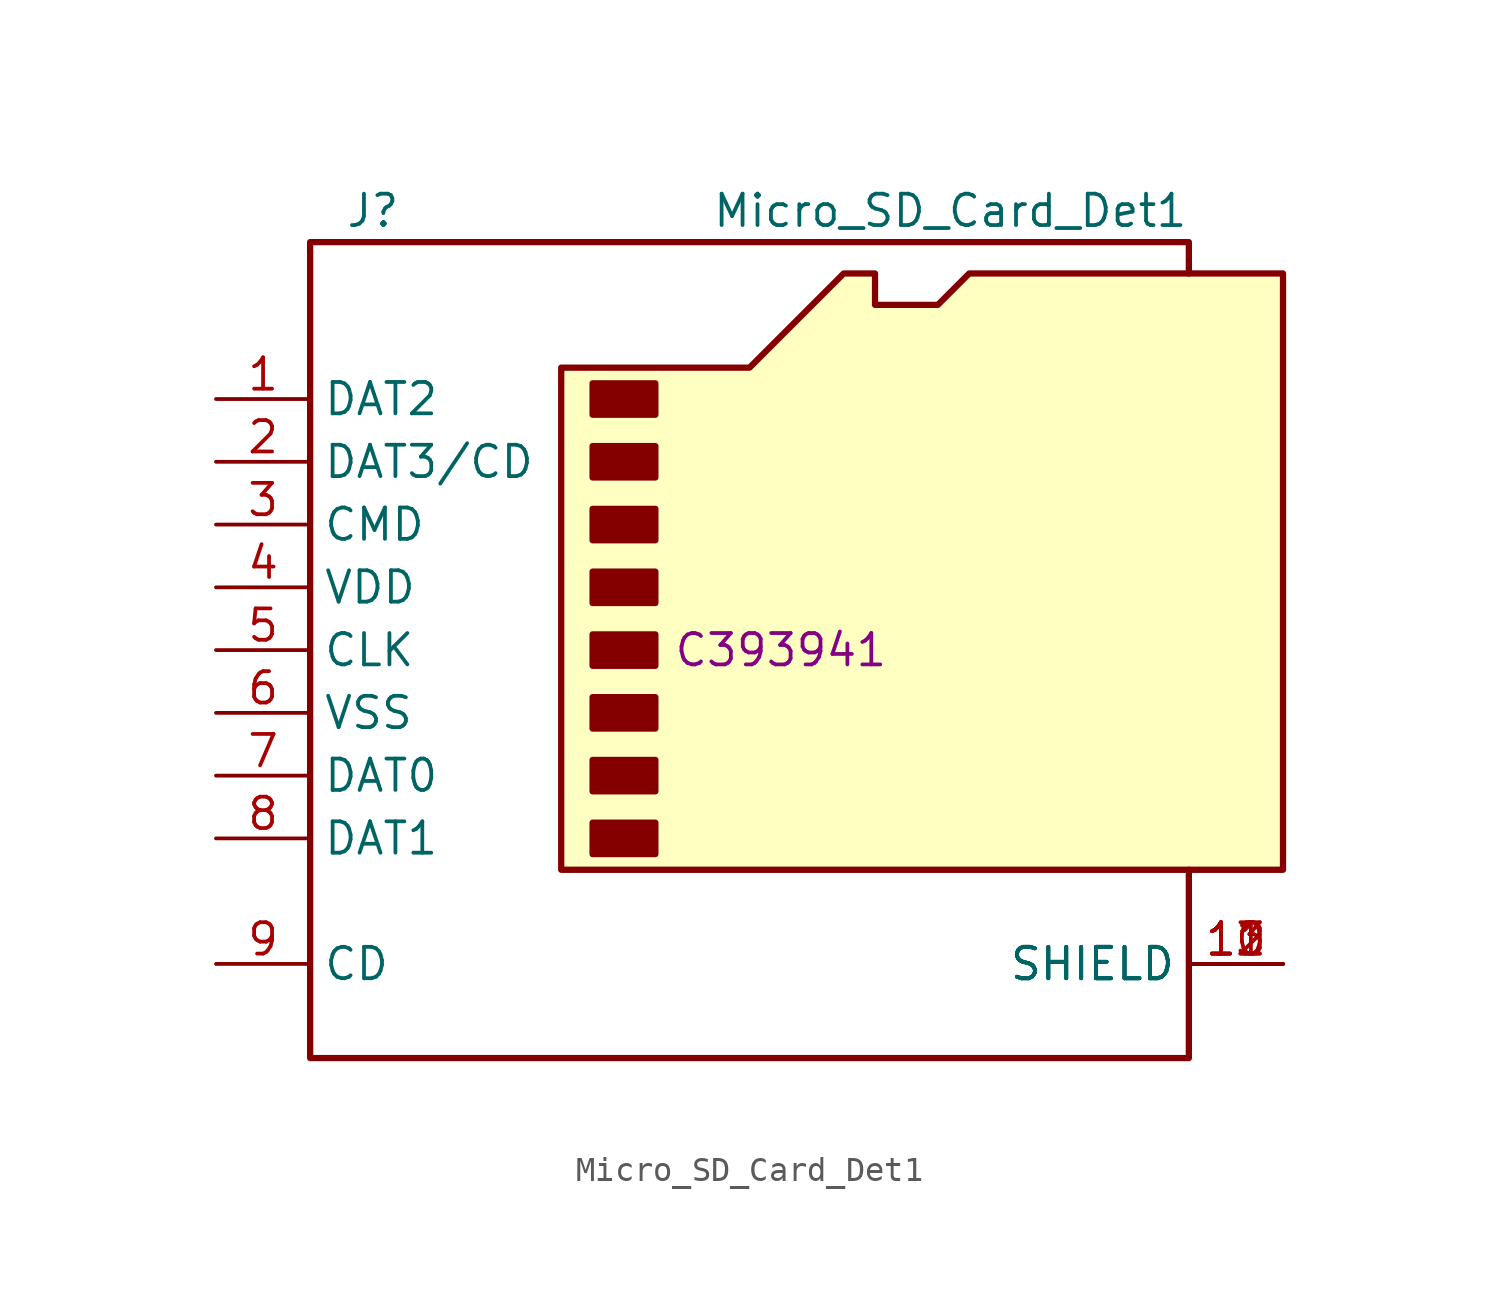
<source format=kicad_sym>
(kicad_symbol_lib
  (version 20231120)
  (generator "kicad_symbol_editor")
  (generator_version "8.0")
  (symbol "Micro_SD_Card_Det1"
    (property "Reference" "J"
      (at -16.51 17.78 0)
      (effects (font (size 1.27 1.27))))
    (property "Value" "Micro_SD_Card_Det1"
      (at 16.51 17.78 0)
      (effects (font (size 1.27 1.27)) (justify right)))
    (property "LCSC" "C393941"
      (at 0 0 0)
      (effects (font (size 1.27 1.27))))
    (symbol "Micro_SD_Card_Det1_0_1"
      (rectangle (start -7.62 -6.985) (end -5.08 -8.255) (stroke (width 0.254) (type default)) (fill (type outline)))
      (rectangle (start -7.62 -4.445) (end -5.08 -5.715) (stroke (width 0.254) (type default)) (fill (type outline)))
      (rectangle (start -7.62 -1.905) (end -5.08 -3.175) (stroke (width 0.254) (type default)) (fill (type outline)))
      (rectangle (start -7.62 0.635) (end -5.08 -0.635) (stroke (width 0.254) (type default)) (fill (type outline)))
      (rectangle (start -7.62 3.175) (end -5.08 1.905) (stroke (width 0.254) (type default)) (fill (type outline)))
      (rectangle (start -7.62 5.715) (end -5.08 4.445) (stroke (width 0.254) (type default)) (fill (type outline)))
      (rectangle (start -7.62 8.255) (end -5.08 6.985) (stroke (width 0.254) (type default)) (fill (type outline)))
      (rectangle (start -7.62 10.795) (end -5.08 9.525) (stroke (width 0.254) (type default)) (fill (type outline)))
      (polyline (pts (xy 16.51 15.24) (xy 16.51 16.51) (xy -19.05 16.51) (xy -19.05 -16.51) (xy 16.51 -16.51) (xy 16.51 -8.89)) (stroke (width 0.254) (type default)) (fill (type none)))
      (polyline (pts (xy -8.89 -8.89) (xy -8.89 11.43) (xy -1.27 11.43) (xy 2.54 15.24) (xy 3.81 15.24) (xy 3.81 13.97) (xy 6.35 13.97) (xy 7.62 15.24) (xy 20.32 15.24) (xy 20.32 -8.89) (xy -8.89 -8.89)) (stroke (width 0.254) (type default)) (fill (type background))))
    (symbol "Micro_SD_Card_Det1_1_1"
      (pin bidirectional line (at -22.86 10.16 0) (length 3.81) (name "DAT2" (effects (font (size 1.27 1.27)))) (number "1" (effects (font (size 1.27 1.27)))))
      (pin passive line (at 20.32 -12.7 180) (length 3.81) (name "SHIELD" (effects (font (size 1.27 1.27)))) (number "10" (effects (font (size 1.27 1.27)))))
      (pin passive line (at 20.32 -12.7 180) (length 3.81) (name "SHIELD" (effects (font (size 1.27 1.27)))) (number "11" (effects (font (size 1.27 1.27)))))
      (pin passive line (at 20.32 -12.7 180) (length 3.81) (name "SHIELD" (effects (font (size 1.27 1.27)))) (number "12" (effects (font (size 1.27 1.27)))))
      (pin passive line (at 20.32 -12.7 180) (length 3.81) (name "SHIELD" (effects (font (size 1.27 1.27)))) (number "13" (effects (font (size 1.27 1.27)))))
      (pin bidirectional line (at -22.86 7.62 0) (length 3.81) (name "DAT3/CD" (effects (font (size 1.27 1.27)))) (number "2" (effects (font (size 1.27 1.27)))))
      (pin input line (at -22.86 5.08 0) (length 3.81) (name "CMD" (effects (font (size 1.27 1.27)))) (number "3" (effects (font (size 1.27 1.27)))))
      (pin power_in line (at -22.86 2.54 0) (length 3.81) (name "VDD" (effects (font (size 1.27 1.27)))) (number "4" (effects (font (size 1.27 1.27)))))
      (pin input line (at -22.86 0 0) (length 3.81) (name "CLK" (effects (font (size 1.27 1.27)))) (number "5" (effects (font (size 1.27 1.27)))))
      (pin power_in line (at -22.86 -2.54 0) (length 3.81) (name "VSS" (effects (font (size 1.27 1.27)))) (number "6" (effects (font (size 1.27 1.27)))))
      (pin bidirectional line (at -22.86 -5.08 0) (length 3.81) (name "DAT0" (effects (font (size 1.27 1.27)))) (number "7" (effects (font (size 1.27 1.27)))))
      (pin bidirectional line (at -22.86 -7.62 0) (length 3.81) (name "DAT1" (effects (font (size 1.27 1.27)))) (number "8" (effects (font (size 1.27 1.27)))))
      (pin passive line (at -22.86 -12.7 0) (length 3.81) (name "CD" (effects (font (size 1.27 1.27)))) (number "9" (effects (font (size 1.27 1.27))))))))
</source>
